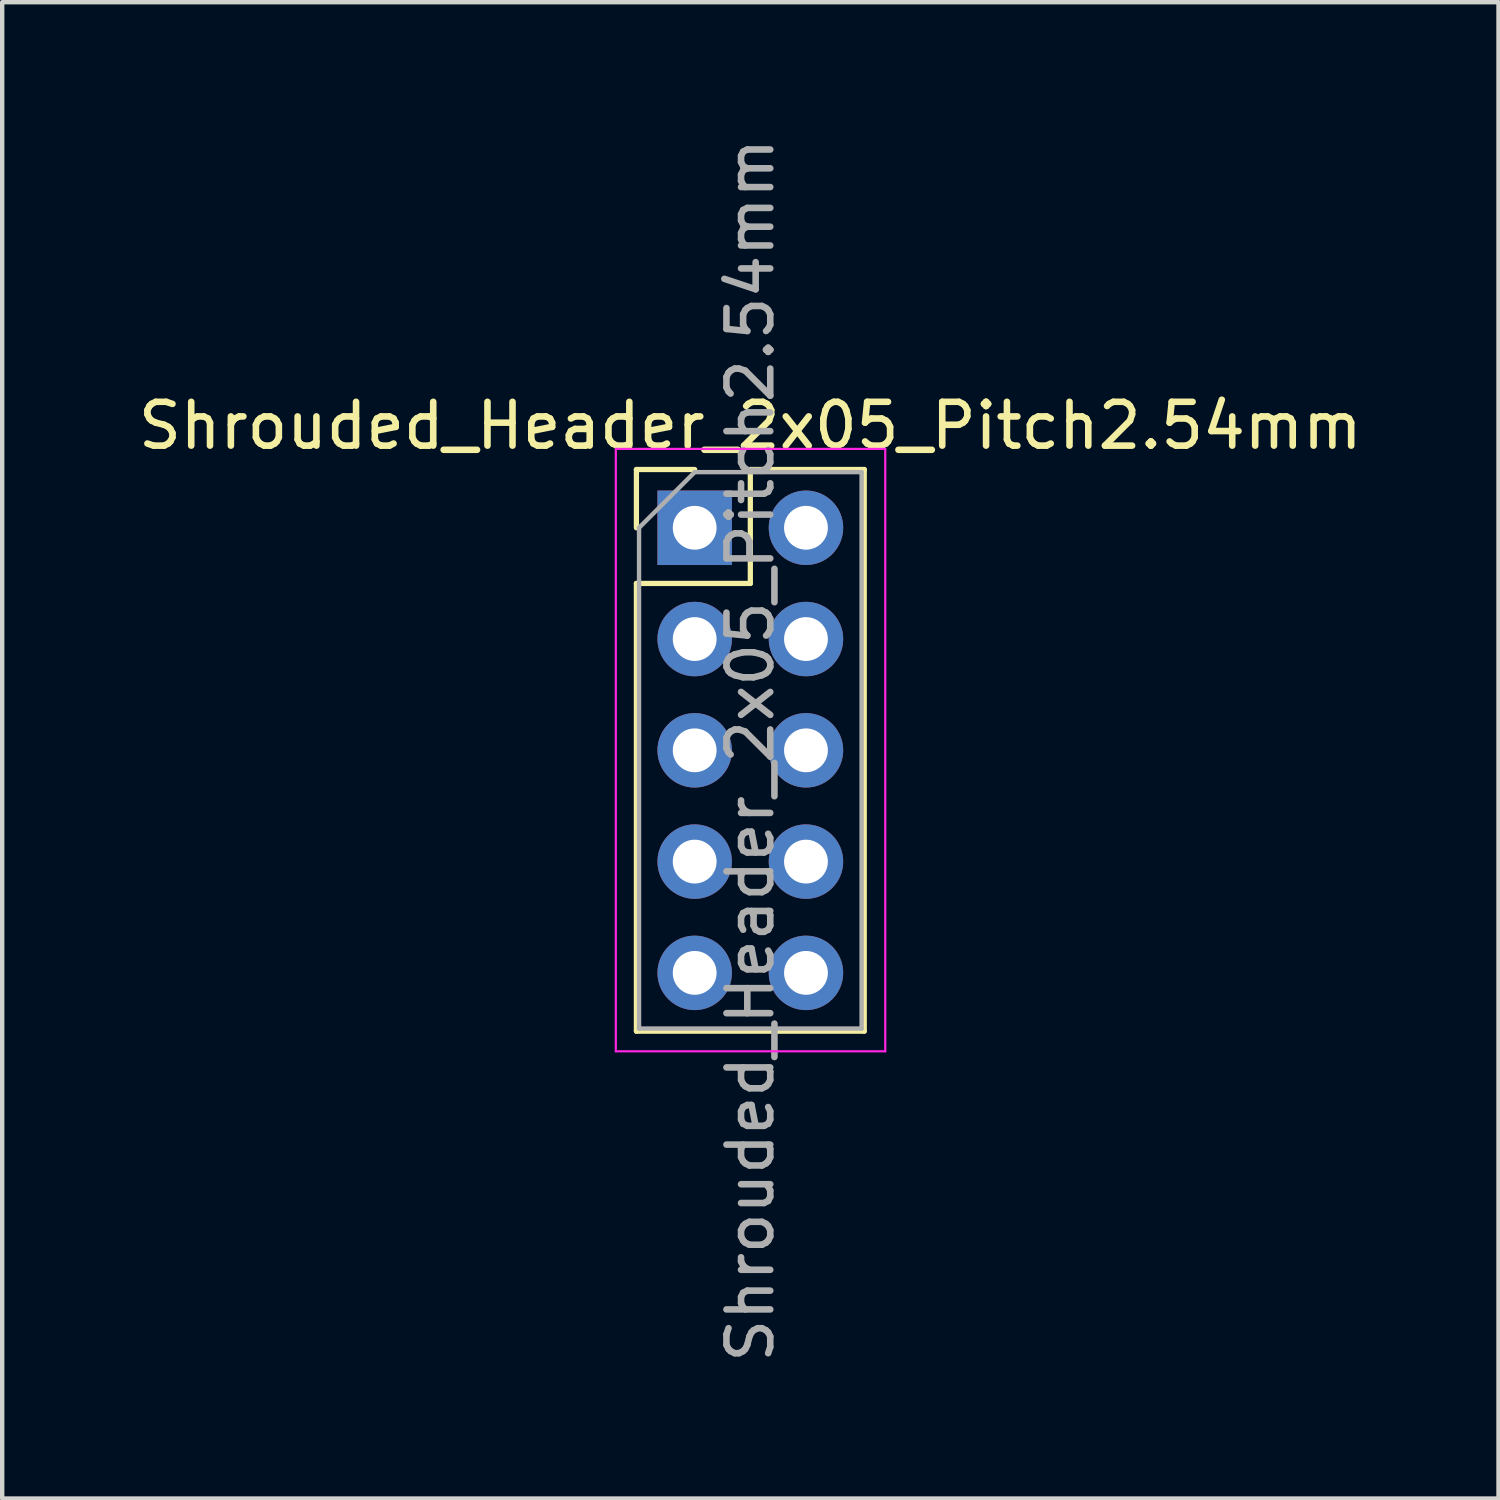
<source format=kicad_pcb>
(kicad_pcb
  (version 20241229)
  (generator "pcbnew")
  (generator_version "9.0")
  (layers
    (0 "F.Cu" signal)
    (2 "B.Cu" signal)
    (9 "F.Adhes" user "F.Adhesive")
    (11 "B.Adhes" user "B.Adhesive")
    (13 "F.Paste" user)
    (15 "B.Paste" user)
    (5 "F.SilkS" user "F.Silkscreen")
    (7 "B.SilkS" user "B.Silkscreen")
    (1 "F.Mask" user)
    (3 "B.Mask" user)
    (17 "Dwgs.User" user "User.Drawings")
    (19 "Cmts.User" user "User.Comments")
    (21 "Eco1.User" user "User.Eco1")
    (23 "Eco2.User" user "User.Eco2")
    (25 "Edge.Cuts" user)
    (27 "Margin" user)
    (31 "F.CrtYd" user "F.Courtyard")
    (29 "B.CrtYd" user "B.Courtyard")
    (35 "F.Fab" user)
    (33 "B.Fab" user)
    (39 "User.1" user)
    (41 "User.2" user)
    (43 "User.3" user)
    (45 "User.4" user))
  (footprint "Shrouded_Header_2x05_Pitch2.54mm"
    (layer "F.Cu")
    (at 12.807 8.997)
    (property "Reference" "Shrouded_Header_2x05_Pitch2.54mm" (at 1.27 -2.33 0) (layer "F.SilkS") (effects (font (size 1 1) (thickness 0.15))))
    (attr through_hole)
    (fp_line (start -1.33 -1.33) (end 0 -1.33) (stroke (width 0.12) (type solid)) (layer "F.SilkS"))
    (fp_line (start -1.33 0) (end -1.33 -1.33) (stroke (width 0.12) (type solid)) (layer "F.SilkS"))
    (fp_line (start -1.33 1.27) (end -1.33 11.49) (stroke (width 0.12) (type solid)) (layer "F.SilkS"))
    (fp_line (start -1.33 1.27) (end 1.27 1.27) (stroke (width 0.12) (type solid)) (layer "F.SilkS"))
    (fp_line (start -1.33 11.49) (end 3.87 11.49) (stroke (width 0.12) (type solid)) (layer "F.SilkS"))
    (fp_line (start 1.27 -1.33) (end 3.87 -1.33) (stroke (width 0.12) (type solid)) (layer "F.SilkS"))
    (fp_line (start 1.27 1.27) (end 1.27 -1.33) (stroke (width 0.12) (type solid)) (layer "F.SilkS"))
    (fp_line (start 3.87 -1.33) (end 3.87 11.49) (stroke (width 0.12) (type solid)) (layer "F.SilkS"))
    (fp_line (start -1.8 -1.8) (end -1.8 11.95) (stroke (width 0.05) (type solid)) (layer "F.CrtYd"))
    (fp_line (start -1.8 11.95) (end 4.35 11.95) (stroke (width 0.05) (type solid)) (layer "F.CrtYd"))
    (fp_line (start 4.35 -1.8) (end -1.8 -1.8) (stroke (width 0.05) (type solid)) (layer "F.CrtYd"))
    (fp_line (start 4.35 11.95) (end 4.35 -1.8) (stroke (width 0.05) (type solid)) (layer "F.CrtYd"))
    (fp_line (start -1.27 0) (end 0 -1.27) (stroke (width 0.1) (type solid)) (layer "F.Fab"))
    (fp_line (start -1.27 11.43) (end -1.27 0) (stroke (width 0.1) (type solid)) (layer "F.Fab"))
    (fp_line (start 0 -1.27) (end 3.81 -1.27) (stroke (width 0.1) (type solid)) (layer "F.Fab"))
    (fp_line (start 3.81 -1.27) (end 3.81 11.43) (stroke (width 0.1) (type solid)) (layer "F.Fab"))
    (fp_line (start 3.81 11.43) (end -1.27 11.43) (stroke (width 0.1) (type solid)) (layer "F.Fab"))
    (fp_text user "${REFERENCE}" (at 1.27 5.08 90) (layer "F.Fab") (effects (font (size 1 1) (thickness 0.15))))
    (pad "1" thru_hole rect (at 0 0) (size 1.7 1.7) (drill 1) (layers "*.Cu" "*.Mask"))
    (pad "2" thru_hole oval (at 2.54 0) (size 1.7 1.7) (drill 1) (layers "*.Cu" "*.Mask"))
    (pad "3" thru_hole oval (at 0 2.54) (size 1.7 1.7) (drill 1) (layers "*.Cu" "*.Mask"))
    (pad "4" thru_hole oval (at 2.54 2.54) (size 1.7 1.7) (drill 1) (layers "*.Cu" "*.Mask"))
    (pad "5" thru_hole oval (at 0 5.08) (size 1.7 1.7) (drill 1) (layers "*.Cu" "*.Mask"))
    (pad "6" thru_hole oval (at 2.54 5.08) (size 1.7 1.7) (drill 1) (layers "*.Cu" "*.Mask"))
    (pad "7" thru_hole oval (at 0 7.62) (size 1.7 1.7) (drill 1) (layers "*.Cu" "*.Mask"))
    (pad "8" thru_hole oval (at 2.54 7.62) (size 1.7 1.7) (drill 1) (layers "*.Cu" "*.Mask"))
    (pad "9" thru_hole oval (at 0 10.16) (size 1.7 1.7) (drill 1) (layers "*.Cu" "*.Mask"))
    (pad "10" thru_hole oval (at 2.54 10.16) (size 1.7 1.7) (drill 1) (layers "*.Cu" "*.Mask")))
  (gr_rect
    (start -3 -3)
    (end 31.155 31.155)
    (stroke (width 0.1) (type default))
    (fill no)
    (layer "Edge.Cuts")))
</source>
